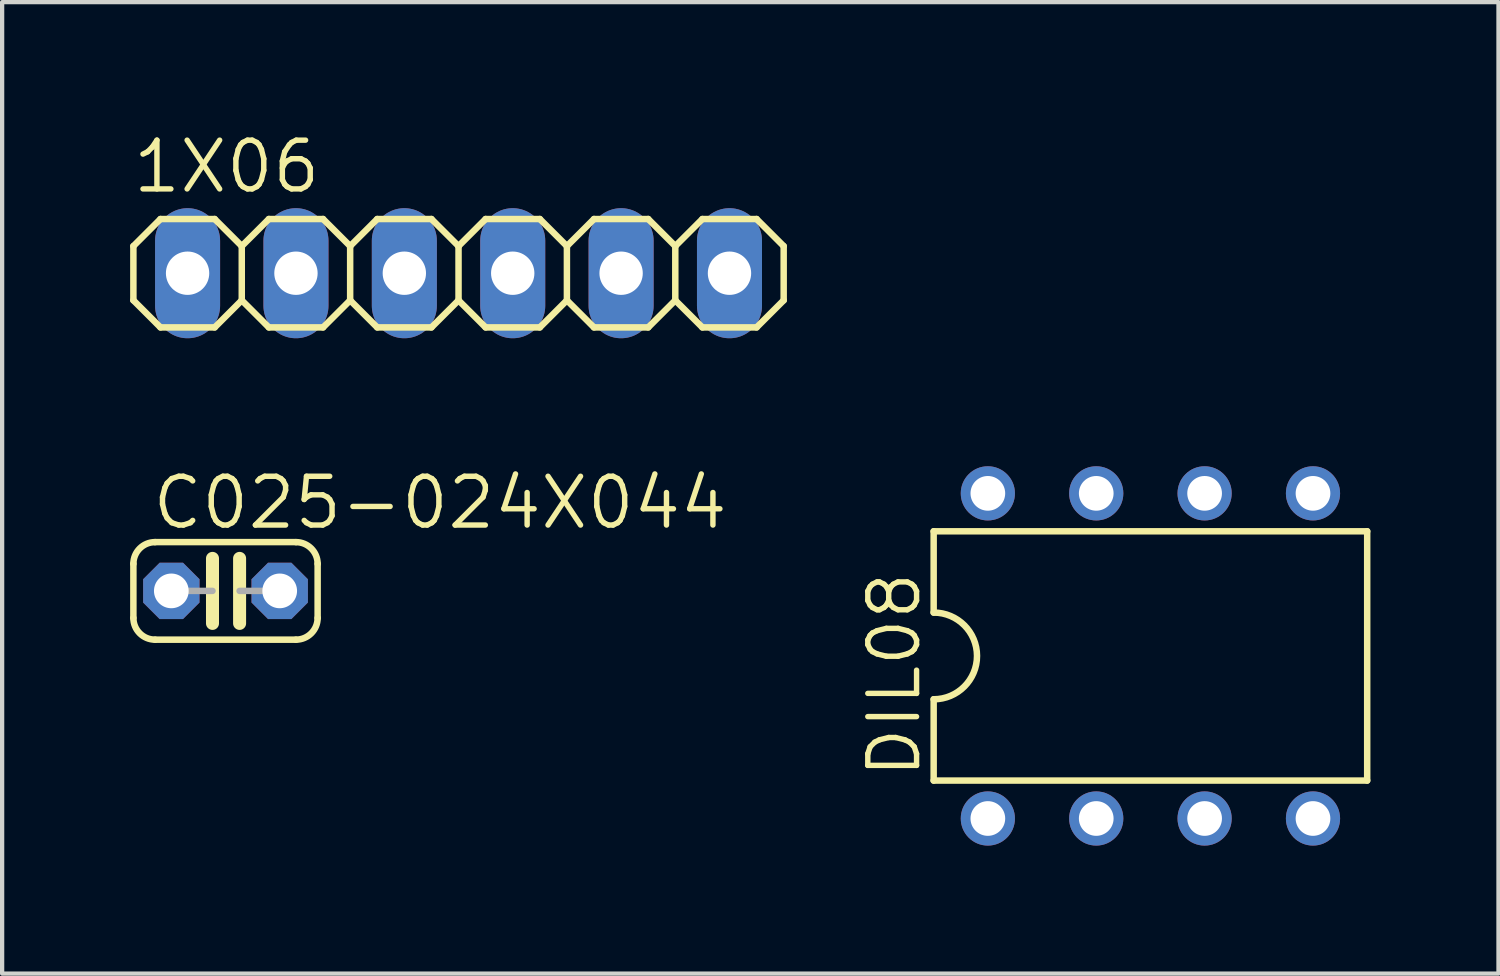
<source format=kicad_pcb>
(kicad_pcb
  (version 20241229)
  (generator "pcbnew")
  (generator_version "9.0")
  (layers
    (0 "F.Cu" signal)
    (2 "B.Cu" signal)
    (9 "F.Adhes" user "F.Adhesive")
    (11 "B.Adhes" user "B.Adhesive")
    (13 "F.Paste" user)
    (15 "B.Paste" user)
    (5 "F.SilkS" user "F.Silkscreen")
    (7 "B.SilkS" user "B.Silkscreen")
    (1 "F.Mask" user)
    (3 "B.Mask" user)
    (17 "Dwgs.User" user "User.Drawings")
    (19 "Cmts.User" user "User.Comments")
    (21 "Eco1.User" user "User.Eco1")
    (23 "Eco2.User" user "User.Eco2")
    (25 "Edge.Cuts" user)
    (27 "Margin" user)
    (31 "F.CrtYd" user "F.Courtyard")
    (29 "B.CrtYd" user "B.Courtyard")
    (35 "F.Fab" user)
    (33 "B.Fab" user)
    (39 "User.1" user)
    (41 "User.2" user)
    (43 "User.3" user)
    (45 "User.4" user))
  (footprint "C025-024X044"
    (layer "F.Cu")
    (at 2.235 10.798)
    (property "Reference" "C025-024X044" (at -1.778 -1.397 0) (layer "F.SilkS") (effects (font (size 1.143 1.143) (thickness 0.127)) (justify left bottom)))
    (fp_line (start -2.159 0.635) (end -2.159 -0.635) (stroke (width 0.152) (type solid)) (layer "F.SilkS"))
    (fp_line (start -0.305 -0.762) (end -0.305 0.762) (stroke (width 0.305) (type solid)) (layer "F.SilkS"))
    (fp_line (start 0.33 -0.762) (end 0.33 0.762) (stroke (width 0.305) (type solid)) (layer "F.SilkS"))
    (fp_line (start 1.651 -1.143) (end -1.651 -1.143) (stroke (width 0.152) (type solid)) (layer "F.SilkS"))
    (fp_line (start 1.651 1.143) (end -1.651 1.143) (stroke (width 0.152) (type solid)) (layer "F.SilkS"))
    (fp_line (start 2.159 0.635) (end 2.159 -0.635) (stroke (width 0.152) (type solid)) (layer "F.SilkS"))
    (fp_arc (start -2.159 -0.635) (mid -2.01021 -0.99421) (end -1.651 -1.143) (stroke (width 0.1524) (type solid)) (layer "F.SilkS"))
    (fp_arc (start -1.651 1.143) (mid -2.01021 0.99421) (end -2.159 0.635) (stroke (width 0.1524) (type solid)) (layer "F.SilkS"))
    (fp_arc (start 1.651 -1.143) (mid 2.01021 -0.99421) (end 2.159 -0.635) (stroke (width 0.1524) (type solid)) (layer "F.SilkS"))
    (fp_arc (start 2.159 0.635) (mid 2.01021 0.99421) (end 1.651 1.143) (stroke (width 0.1524) (type solid)) (layer "F.SilkS"))
    (fp_line (start -1.27 0) (end -0.305 0) (stroke (width 0.152) (type solid)) (layer "F.Fab"))
    (fp_line (start 1.27 0) (end 0.33 0) (stroke (width 0.152) (type solid)) (layer "F.Fab"))
    (pad "1" thru_hole roundrect (at -1.27 0) (size 1.321 1.321) (drill 0.813) (layers "*.Cu" "*.Mask") (roundrect_rratio 0.25) (chamfer_ratio 0.293) (chamfer top_left top_right bottom_left bottom_right))
    (pad "2" thru_hole roundrect (at 1.27 0) (size 1.321 1.321) (drill 0.813) (layers "*.Cu" "*.Mask") (roundrect_rratio 0.25) (chamfer_ratio 0.293) (chamfer top_left top_right bottom_left bottom_right)))
  (footprint "1X06"
    (layer "F.Cu")
    (at 7.696 3.353)
    (property "Reference" "1X06" (at -7.696 -1.829 0) (layer "F.SilkS") (effects (font (size 1.143 1.143) (thickness 0.127)) (justify left bottom)))
    (fp_line (start -7.62 -0.635) (end -7.62 0.635) (stroke (width 0.152) (type solid)) (layer "F.SilkS"))
    (fp_line (start -7.62 0.635) (end -6.985 1.27) (stroke (width 0.152) (type solid)) (layer "F.SilkS"))
    (fp_line (start -6.985 -1.27) (end -7.62 -0.635) (stroke (width 0.152) (type solid)) (layer "F.SilkS"))
    (fp_line (start -6.985 -1.27) (end -5.715 -1.27) (stroke (width 0.152) (type solid)) (layer "F.SilkS"))
    (fp_line (start -5.715 -1.27) (end -5.08 -0.635) (stroke (width 0.152) (type solid)) (layer "F.SilkS"))
    (fp_line (start -5.715 1.27) (end -6.985 1.27) (stroke (width 0.152) (type solid)) (layer "F.SilkS"))
    (fp_line (start -5.08 -0.635) (end -5.08 0.635) (stroke (width 0.152) (type solid)) (layer "F.SilkS"))
    (fp_line (start -5.08 -0.635) (end -4.445 -1.27) (stroke (width 0.152) (type solid)) (layer "F.SilkS"))
    (fp_line (start -5.08 0.635) (end -5.715 1.27) (stroke (width 0.152) (type solid)) (layer "F.SilkS"))
    (fp_line (start -4.445 -1.27) (end -3.175 -1.27) (stroke (width 0.152) (type solid)) (layer "F.SilkS"))
    (fp_line (start -4.445 1.27) (end -5.08 0.635) (stroke (width 0.152) (type solid)) (layer "F.SilkS"))
    (fp_line (start -3.175 -1.27) (end -2.54 -0.635) (stroke (width 0.152) (type solid)) (layer "F.SilkS"))
    (fp_line (start -3.175 1.27) (end -4.445 1.27) (stroke (width 0.152) (type solid)) (layer "F.SilkS"))
    (fp_line (start -2.54 -0.635) (end -2.54 0.635) (stroke (width 0.152) (type solid)) (layer "F.SilkS"))
    (fp_line (start -2.54 -0.635) (end -1.905 -1.27) (stroke (width 0.152) (type solid)) (layer "F.SilkS"))
    (fp_line (start -2.54 0.635) (end -3.175 1.27) (stroke (width 0.152) (type solid)) (layer "F.SilkS"))
    (fp_line (start -1.905 -1.27) (end -0.635 -1.27) (stroke (width 0.152) (type solid)) (layer "F.SilkS"))
    (fp_line (start -1.905 1.27) (end -2.54 0.635) (stroke (width 0.152) (type solid)) (layer "F.SilkS"))
    (fp_line (start -0.635 -1.27) (end 0 -0.635) (stroke (width 0.152) (type solid)) (layer "F.SilkS"))
    (fp_line (start -0.635 1.27) (end -1.905 1.27) (stroke (width 0.152) (type solid)) (layer "F.SilkS"))
    (fp_line (start 0 -0.635) (end 0 0.635) (stroke (width 0.152) (type solid)) (layer "F.SilkS"))
    (fp_line (start 0 0.635) (end -0.635 1.27) (stroke (width 0.152) (type solid)) (layer "F.SilkS"))
    (fp_line (start 0 0.635) (end 0.635 1.27) (stroke (width 0.152) (type solid)) (layer "F.SilkS"))
    (fp_line (start 0.635 -1.27) (end 0 -0.635) (stroke (width 0.152) (type solid)) (layer "F.SilkS"))
    (fp_line (start 0.635 -1.27) (end 1.905 -1.27) (stroke (width 0.152) (type solid)) (layer "F.SilkS"))
    (fp_line (start 1.905 -1.27) (end 2.54 -0.635) (stroke (width 0.152) (type solid)) (layer "F.SilkS"))
    (fp_line (start 1.905 1.27) (end 0.635 1.27) (stroke (width 0.152) (type solid)) (layer "F.SilkS"))
    (fp_line (start 2.54 -0.635) (end 2.54 0.635) (stroke (width 0.152) (type solid)) (layer "F.SilkS"))
    (fp_line (start 2.54 -0.635) (end 3.175 -1.27) (stroke (width 0.152) (type solid)) (layer "F.SilkS"))
    (fp_line (start 2.54 0.635) (end 1.905 1.27) (stroke (width 0.152) (type solid)) (layer "F.SilkS"))
    (fp_line (start 3.175 -1.27) (end 4.445 -1.27) (stroke (width 0.152) (type solid)) (layer "F.SilkS"))
    (fp_line (start 3.175 1.27) (end 2.54 0.635) (stroke (width 0.152) (type solid)) (layer "F.SilkS"))
    (fp_line (start 4.445 -1.27) (end 5.08 -0.635) (stroke (width 0.152) (type solid)) (layer "F.SilkS"))
    (fp_line (start 4.445 1.27) (end 3.175 1.27) (stroke (width 0.152) (type solid)) (layer "F.SilkS"))
    (fp_line (start 5.08 -0.635) (end 5.08 0.635) (stroke (width 0.152) (type solid)) (layer "F.SilkS"))
    (fp_line (start 5.08 0.635) (end 4.445 1.27) (stroke (width 0.152) (type solid)) (layer "F.SilkS"))
    (fp_line (start 5.08 0.635) (end 5.715 1.27) (stroke (width 0.152) (type solid)) (layer "F.SilkS"))
    (fp_line (start 5.715 -1.27) (end 5.08 -0.635) (stroke (width 0.152) (type solid)) (layer "F.SilkS"))
    (fp_line (start 5.715 -1.27) (end 6.985 -1.27) (stroke (width 0.152) (type solid)) (layer "F.SilkS"))
    (fp_line (start 6.985 -1.27) (end 7.62 -0.635) (stroke (width 0.152) (type solid)) (layer "F.SilkS"))
    (fp_line (start 6.985 1.27) (end 5.715 1.27) (stroke (width 0.152) (type solid)) (layer "F.SilkS"))
    (fp_line (start 7.62 -0.635) (end 7.62 0.635) (stroke (width 0.152) (type solid)) (layer "F.SilkS"))
    (fp_line (start 7.62 0.635) (end 6.985 1.27) (stroke (width 0.152) (type solid)) (layer "F.SilkS"))
    (fp_poly (pts (xy -6.604 0.254) (xy -6.096 0.254) (xy -6.096 -0.254) (xy -6.604 -0.254)) (stroke (width 0.1) (type default)) (fill no) (layer "F.Fab"))
    (fp_poly (pts (xy -4.064 0.254) (xy -3.556 0.254) (xy -3.556 -0.254) (xy -4.064 -0.254)) (stroke (width 0.1) (type default)) (fill no) (layer "F.Fab"))
    (fp_poly (pts (xy -1.524 0.254) (xy -1.016 0.254) (xy -1.016 -0.254) (xy -1.524 -0.254)) (stroke (width 0.1) (type default)) (fill no) (layer "F.Fab"))
    (fp_poly (pts (xy 1.016 0.254) (xy 1.524 0.254) (xy 1.524 -0.254) (xy 1.016 -0.254)) (stroke (width 0.1) (type default)) (fill no) (layer "F.Fab"))
    (fp_poly (pts (xy 3.556 0.254) (xy 4.064 0.254) (xy 4.064 -0.254) (xy 3.556 -0.254)) (stroke (width 0.1) (type default)) (fill no) (layer "F.Fab"))
    (fp_poly (pts (xy 6.096 0.254) (xy 6.604 0.254) (xy 6.604 -0.254) (xy 6.096 -0.254)) (stroke (width 0.1) (type default)) (fill no) (layer "F.Fab"))
    (pad "1" thru_hole oval (at -6.35 0 90) (size 3.048 1.524) (drill 1.016) (layers "*.Cu" "*.Mask"))
    (pad "2" thru_hole oval (at -3.81 0 90) (size 3.048 1.524) (drill 1.016) (layers "*.Cu" "*.Mask"))
    (pad "3" thru_hole oval (at -1.27 0 90) (size 3.048 1.524) (drill 1.016) (layers "*.Cu" "*.Mask"))
    (pad "4" thru_hole oval (at 1.27 0 90) (size 3.048 1.524) (drill 1.016) (layers "*.Cu" "*.Mask"))
    (pad "5" thru_hole oval (at 3.81 0 90) (size 3.048 1.524) (drill 1.016) (layers "*.Cu" "*.Mask"))
    (pad "6" thru_hole oval (at 6.35 0 90) (size 3.048 1.524) (drill 1.016) (layers "*.Cu" "*.Mask")))
  (footprint "DIL08"
    (layer "F.Cu")
    (at 23.911 12.322)
    (property "Reference" "DIL08" (at -5.334 2.921 90) (layer "F.SilkS") (effects (font (size 1.143 1.143) (thickness 0.127)) (justify left bottom)))
    (fp_line (start -5.08 -2.921) (end -5.08 -1.016) (stroke (width 0.152) (type solid)) (layer "F.SilkS"))
    (fp_line (start -5.08 2.921) (end -5.08 1.016) (stroke (width 0.152) (type solid)) (layer "F.SilkS"))
    (fp_line (start -5.08 2.921) (end 5.08 2.921) (stroke (width 0.152) (type solid)) (layer "F.SilkS"))
    (fp_line (start 5.08 -2.921) (end -5.08 -2.921) (stroke (width 0.152) (type solid)) (layer "F.SilkS"))
    (fp_line (start 5.08 -2.921) (end 5.08 2.921) (stroke (width 0.152) (type solid)) (layer "F.SilkS"))
    (fp_arc (start -5.08 -1.016) (mid -4.064 0) (end -5.08 1.016) (stroke (width 0.1524) (type solid)) (layer "F.SilkS"))
    (pad "1" thru_hole circle (at -3.81 3.81 90) (size 1.27 1.27) (drill 0.813) (layers "*.Cu" "*.Mask"))
    (pad "2" thru_hole circle (at -1.27 3.81 90) (size 1.27 1.27) (drill 0.813) (layers "*.Cu" "*.Mask"))
    (pad "3" thru_hole circle (at 1.27 3.81 90) (size 1.27 1.27) (drill 0.813) (layers "*.Cu" "*.Mask"))
    (pad "4" thru_hole circle (at 3.81 3.81 90) (size 1.27 1.27) (drill 0.813) (layers "*.Cu" "*.Mask"))
    (pad "5" thru_hole circle (at 3.81 -3.81 90) (size 1.27 1.27) (drill 0.813) (layers "*.Cu" "*.Mask"))
    (pad "6" thru_hole circle (at 1.27 -3.81 90) (size 1.27 1.27) (drill 0.813) (layers "*.Cu" "*.Mask"))
    (pad "7" thru_hole circle (at -1.27 -3.81 90) (size 1.27 1.27) (drill 0.813) (layers "*.Cu" "*.Mask"))
    (pad "8" thru_hole circle (at -3.81 -3.81 90) (size 1.27 1.27) (drill 0.813) (layers "*.Cu" "*.Mask")))
  (gr_rect
    (start -3 -3)
    (end 32.068 19.767)
    (stroke (width 0.1) (type default))
    (fill no)
    (layer "Edge.Cuts")))
</source>
